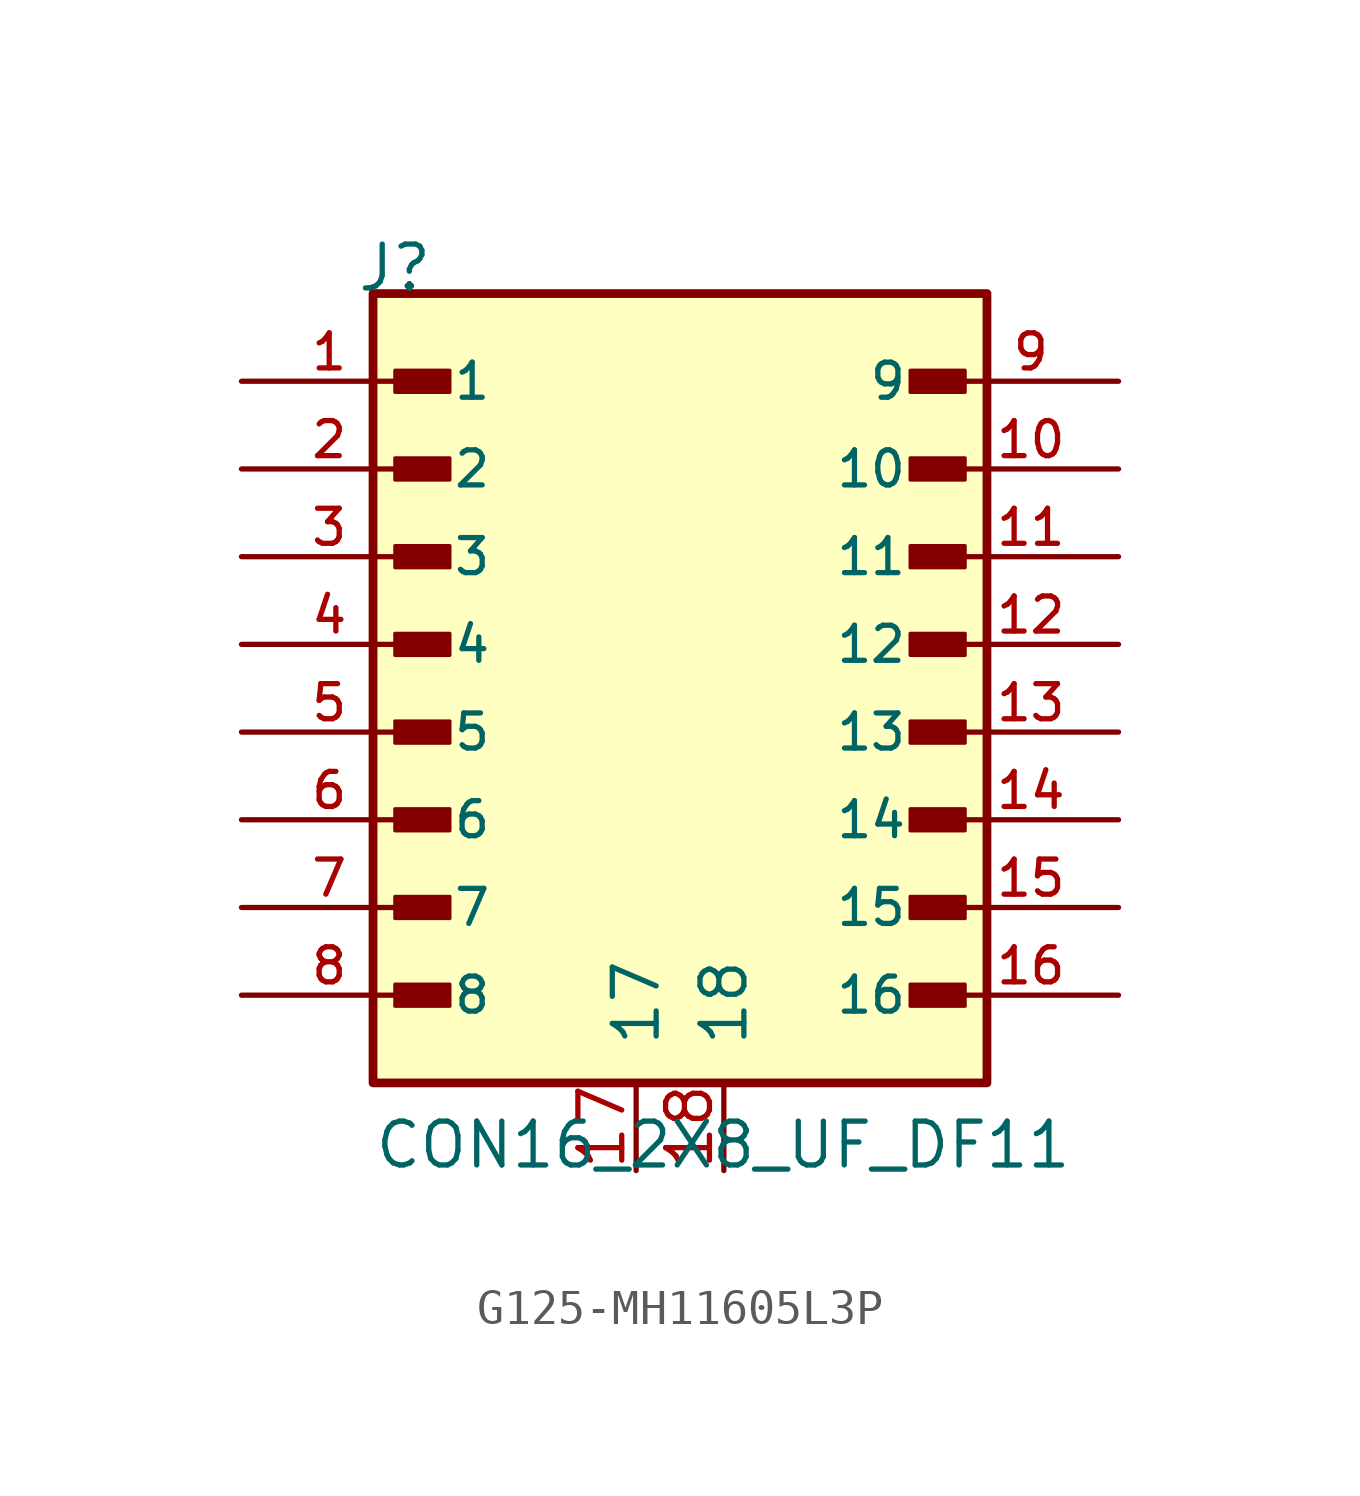
<source format=kicad_sym>
(kicad_symbol_lib
  (version 20241209)
  (generator "kicad_symbol_editor")
  (generator_version "9.0")
  (symbol "G125-MH11605L3P"
    (pin_names
      (offset 1.016))
    (property "Reference" "J"
      (at -9.39 12.7 0)
      (effects (font (size 1.27 1.27)) (justify left bottom)))
    (property "Value" "CON16_2X8_UF_DF11"
      (at -8.89 -12.7 0)
      (effects (font (size 1.27 1.27)) (justify left bottom)))
    (symbol "G125-MH11605L3P_0_0"
      (rectangle (start -8.89 12.7) (end 8.89 -10.16) (stroke (width 0.254) (type default)) (fill (type background)))
      (rectangle (start -8.255 9.842) (end -6.668 10.477) (stroke (width 0.1) (type default)) (fill (type outline)))
      (rectangle (start -8.255 7.303) (end -6.668 7.938) (stroke (width 0.1) (type default)) (fill (type outline)))
      (rectangle (start -8.255 4.763) (end -6.668 5.397) (stroke (width 0.1) (type default)) (fill (type outline)))
      (rectangle (start -8.255 2.223) (end -6.668 2.857) (stroke (width 0.1) (type default)) (fill (type outline)))
      (rectangle (start -8.255 -0.318) (end -6.668 0.318) (stroke (width 0.1) (type default)) (fill (type outline)))
      (rectangle (start -8.255 -2.857) (end -6.668 -2.223) (stroke (width 0.1) (type default)) (fill (type outline)))
      (rectangle (start -8.255 -5.397) (end -6.668 -4.763) (stroke (width 0.1) (type default)) (fill (type outline)))
      (rectangle (start -8.255 -7.938) (end -6.668 -7.303) (stroke (width 0.1) (type default)) (fill (type outline)))
      (rectangle (start 8.255 9.842) (end 6.668 10.477) (stroke (width 0.1) (type default)) (fill (type outline)))
      (rectangle (start 8.255 7.303) (end 6.668 7.938) (stroke (width 0.1) (type default)) (fill (type outline)))
      (rectangle (start 8.255 4.763) (end 6.668 5.397) (stroke (width 0.1) (type default)) (fill (type outline)))
      (rectangle (start 8.255 2.223) (end 6.668 2.857) (stroke (width 0.1) (type default)) (fill (type outline)))
      (rectangle (start 8.255 -0.318) (end 6.668 0.318) (stroke (width 0.1) (type default)) (fill (type outline)))
      (rectangle (start 8.255 -2.857) (end 6.668 -2.223) (stroke (width 0.1) (type default)) (fill (type outline)))
      (rectangle (start 8.255 -5.397) (end 6.668 -4.763) (stroke (width 0.1) (type default)) (fill (type outline)))
      (rectangle (start 8.255 -7.938) (end 6.668 -7.303) (stroke (width 0.1) (type default)) (fill (type outline)))
      (pin passive line (at -12.7 10.16 0) (length 5.08) (name "1" (effects (font (size 1.016 1.016)))) (number "1" (effects (font (size 1.016 1.016)))))
      (pin passive line (at -12.7 7.62 0) (length 5.08) (name "2" (effects (font (size 1.016 1.016)))) (number "2" (effects (font (size 1.016 1.016)))))
      (pin passive line (at -12.7 5.08 0) (length 5.08) (name "3" (effects (font (size 1.016 1.016)))) (number "3" (effects (font (size 1.016 1.016)))))
      (pin passive line (at -12.7 2.54 0) (length 5.08) (name "4" (effects (font (size 1.016 1.016)))) (number "4" (effects (font (size 1.016 1.016)))))
      (pin passive line (at -12.7 0 0) (length 5.08) (name "5" (effects (font (size 1.016 1.016)))) (number "5" (effects (font (size 1.016 1.016)))))
      (pin passive line (at -12.7 -2.54 0) (length 5.08) (name "6" (effects (font (size 1.016 1.016)))) (number "6" (effects (font (size 1.016 1.016)))))
      (pin passive line (at -12.7 -5.08 0) (length 5.08) (name "7" (effects (font (size 1.016 1.016)))) (number "7" (effects (font (size 1.016 1.016)))))
      (pin passive line (at -12.7 -7.62 0) (length 5.08) (name "8" (effects (font (size 1.016 1.016)))) (number "8" (effects (font (size 1.016 1.016)))))
      (pin passive line (at 12.7 10.16 180) (length 5.08) (name "9" (effects (font (size 1.016 1.016)))) (number "9" (effects (font (size 1.016 1.016)))))
      (pin passive line (at 12.7 7.62 180) (length 5.08) (name "10" (effects (font (size 1.016 1.016)))) (number "10" (effects (font (size 1.016 1.016)))))
      (pin passive line (at 12.7 5.08 180) (length 5.08) (name "11" (effects (font (size 1.016 1.016)))) (number "11" (effects (font (size 1.016 1.016)))))
      (pin passive line (at 12.7 2.54 180) (length 5.08) (name "12" (effects (font (size 1.016 1.016)))) (number "12" (effects (font (size 1.016 1.016)))))
      (pin passive line (at 12.7 0 180) (length 5.08) (name "13" (effects (font (size 1.016 1.016)))) (number "13" (effects (font (size 1.016 1.016)))))
      (pin passive line (at 12.7 -2.54 180) (length 5.08) (name "14" (effects (font (size 1.016 1.016)))) (number "14" (effects (font (size 1.016 1.016)))))
      (pin passive line (at 12.7 -5.08 180) (length 5.08) (name "15" (effects (font (size 1.016 1.016)))) (number "15" (effects (font (size 1.016 1.016)))))
      (pin passive line (at 12.7 -7.62 180) (length 5.08) (name "16" (effects (font (size 1.016 1.016)))) (number "16" (effects (font (size 1.016 1.016))))))
    (symbol "G125-MH11605L3P_1_1"
      (pin passive line (at -1.27 -12.7 90) (length 2.54) (name "17" (effects (font (size 1.27 1.27)))) (number "17" (effects (font (size 1.27 1.27)))))
      (pin passive line (at 1.27 -12.7 90) (length 2.54) (name "18" (effects (font (size 1.27 1.27)))) (number "18" (effects (font (size 1.27 1.27))))))))
</source>
